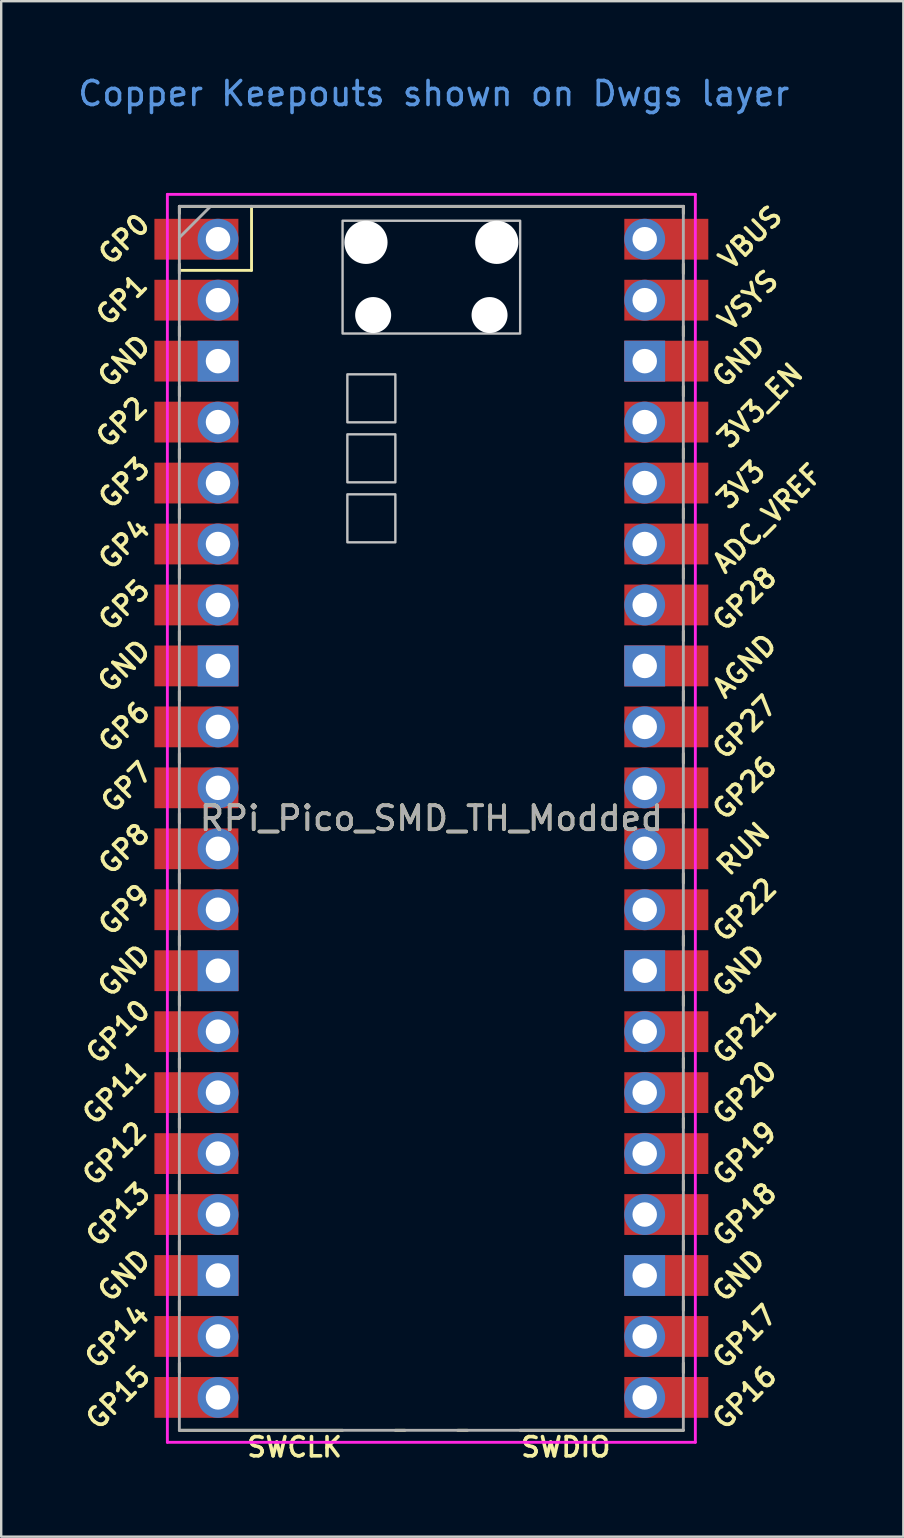
<source format=kicad_pcb>
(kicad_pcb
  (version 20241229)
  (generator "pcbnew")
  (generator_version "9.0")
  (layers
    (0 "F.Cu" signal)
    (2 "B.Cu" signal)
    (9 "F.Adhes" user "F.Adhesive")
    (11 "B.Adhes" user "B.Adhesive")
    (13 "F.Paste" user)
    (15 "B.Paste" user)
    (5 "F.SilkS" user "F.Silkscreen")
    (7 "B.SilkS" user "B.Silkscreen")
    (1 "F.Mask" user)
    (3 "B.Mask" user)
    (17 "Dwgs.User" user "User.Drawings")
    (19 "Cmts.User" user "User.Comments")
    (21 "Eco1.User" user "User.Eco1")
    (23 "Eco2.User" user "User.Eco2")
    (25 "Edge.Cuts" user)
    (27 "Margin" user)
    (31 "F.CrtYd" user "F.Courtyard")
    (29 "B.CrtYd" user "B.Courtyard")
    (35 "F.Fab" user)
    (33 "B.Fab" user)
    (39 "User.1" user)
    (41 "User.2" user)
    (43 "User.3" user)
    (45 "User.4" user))
  (footprint "RPi_Pico_SMD_TH_Modded"
    (layer "F.Cu")
    (at 14.924 31.048)
    (property "Reference" "RPi_Pico_SMD_TH_Modded" (at 0 0 180) (layer "F.SilkS") (effects (font (size 1 1) (thickness 0.15))))
    (attr through_hole)
    (fp_line (start -10.5 -25.5) (end -10.5 -25.2) (stroke (width 0.12) (type solid)) (layer "F.SilkS"))
    (fp_line (start -10.5 -25.5) (end 10.5 -25.5) (stroke (width 0.12) (type solid)) (layer "F.SilkS"))
    (fp_line (start -10.5 -23.1) (end -10.5 -22.7) (stroke (width 0.12) (type solid)) (layer "F.SilkS"))
    (fp_line (start -10.5 -22.833) (end -7.493 -22.833) (stroke (width 0.12) (type solid)) (layer "F.SilkS"))
    (fp_line (start -10.5 -20.5) (end -10.5 -20.1) (stroke (width 0.12) (type solid)) (layer "F.SilkS"))
    (fp_line (start -10.5 -18) (end -10.5 -17.6) (stroke (width 0.12) (type solid)) (layer "F.SilkS"))
    (fp_line (start -10.5 -15.4) (end -10.5 -15) (stroke (width 0.12) (type solid)) (layer "F.SilkS"))
    (fp_line (start -10.5 -12.9) (end -10.5 -12.5) (stroke (width 0.12) (type solid)) (layer "F.SilkS"))
    (fp_line (start -10.5 -10.4) (end -10.5 -10) (stroke (width 0.12) (type solid)) (layer "F.SilkS"))
    (fp_line (start -10.5 -7.8) (end -10.5 -7.4) (stroke (width 0.12) (type solid)) (layer "F.SilkS"))
    (fp_line (start -10.5 -5.3) (end -10.5 -4.9) (stroke (width 0.12) (type solid)) (layer "F.SilkS"))
    (fp_line (start -10.5 -2.7) (end -10.5 -2.3) (stroke (width 0.12) (type solid)) (layer "F.SilkS"))
    (fp_line (start -10.5 -0.2) (end -10.5 0.2) (stroke (width 0.12) (type solid)) (layer "F.SilkS"))
    (fp_line (start -10.5 2.3) (end -10.5 2.7) (stroke (width 0.12) (type solid)) (layer "F.SilkS"))
    (fp_line (start -10.5 4.9) (end -10.5 5.3) (stroke (width 0.12) (type solid)) (layer "F.SilkS"))
    (fp_line (start -10.5 7.4) (end -10.5 7.8) (stroke (width 0.12) (type solid)) (layer "F.SilkS"))
    (fp_line (start -10.5 10) (end -10.5 10.4) (stroke (width 0.12) (type solid)) (layer "F.SilkS"))
    (fp_line (start -10.5 12.5) (end -10.5 12.9) (stroke (width 0.12) (type solid)) (layer "F.SilkS"))
    (fp_line (start -10.5 15.1) (end -10.5 15.5) (stroke (width 0.12) (type solid)) (layer "F.SilkS"))
    (fp_line (start -10.5 17.6) (end -10.5 18) (stroke (width 0.12) (type solid)) (layer "F.SilkS"))
    (fp_line (start -10.5 20.1) (end -10.5 20.5) (stroke (width 0.12) (type solid)) (layer "F.SilkS"))
    (fp_line (start -10.5 22.7) (end -10.5 23.1) (stroke (width 0.12) (type solid)) (layer "F.SilkS"))
    (fp_line (start -7.493 -22.833) (end -7.493 -25.5) (stroke (width 0.12) (type solid)) (layer "F.SilkS"))
    (fp_line (start -3.7 25.5) (end -10.5 25.5) (stroke (width 0.12) (type solid)) (layer "F.SilkS"))
    (fp_line (start -1.5 25.5) (end -1.1 25.5) (stroke (width 0.12) (type solid)) (layer "F.SilkS"))
    (fp_line (start 1.1 25.5) (end 1.5 25.5) (stroke (width 0.12) (type solid)) (layer "F.SilkS"))
    (fp_line (start 10.5 -25.5) (end 10.5 -25.2) (stroke (width 0.12) (type solid)) (layer "F.SilkS"))
    (fp_line (start 10.5 -23.1) (end 10.5 -22.7) (stroke (width 0.12) (type solid)) (layer "F.SilkS"))
    (fp_line (start 10.5 -20.5) (end 10.5 -20.1) (stroke (width 0.12) (type solid)) (layer "F.SilkS"))
    (fp_line (start 10.5 -18) (end 10.5 -17.6) (stroke (width 0.12) (type solid)) (layer "F.SilkS"))
    (fp_line (start 10.5 -15.4) (end 10.5 -15) (stroke (width 0.12) (type solid)) (layer "F.SilkS"))
    (fp_line (start 10.5 -12.9) (end 10.5 -12.5) (stroke (width 0.12) (type solid)) (layer "F.SilkS"))
    (fp_line (start 10.5 -10.4) (end 10.5 -10) (stroke (width 0.12) (type solid)) (layer "F.SilkS"))
    (fp_line (start 10.5 -7.8) (end 10.5 -7.4) (stroke (width 0.12) (type solid)) (layer "F.SilkS"))
    (fp_line (start 10.5 -5.3) (end 10.5 -4.9) (stroke (width 0.12) (type solid)) (layer "F.SilkS"))
    (fp_line (start 10.5 -2.7) (end 10.5 -2.3) (stroke (width 0.12) (type solid)) (layer "F.SilkS"))
    (fp_line (start 10.5 -0.2) (end 10.5 0.2) (stroke (width 0.12) (type solid)) (layer "F.SilkS"))
    (fp_line (start 10.5 2.3) (end 10.5 2.7) (stroke (width 0.12) (type solid)) (layer "F.SilkS"))
    (fp_line (start 10.5 4.9) (end 10.5 5.3) (stroke (width 0.12) (type solid)) (layer "F.SilkS"))
    (fp_line (start 10.5 7.4) (end 10.5 7.8) (stroke (width 0.12) (type solid)) (layer "F.SilkS"))
    (fp_line (start 10.5 10) (end 10.5 10.4) (stroke (width 0.12) (type solid)) (layer "F.SilkS"))
    (fp_line (start 10.5 12.5) (end 10.5 12.9) (stroke (width 0.12) (type solid)) (layer "F.SilkS"))
    (fp_line (start 10.5 15.1) (end 10.5 15.5) (stroke (width 0.12) (type solid)) (layer "F.SilkS"))
    (fp_line (start 10.5 17.6) (end 10.5 18) (stroke (width 0.12) (type solid)) (layer "F.SilkS"))
    (fp_line (start 10.5 20.1) (end 10.5 20.5) (stroke (width 0.12) (type solid)) (layer "F.SilkS"))
    (fp_line (start 10.5 22.7) (end 10.5 23.1) (stroke (width 0.12) (type solid)) (layer "F.SilkS"))
    (fp_line (start 10.5 25.5) (end 3.7 25.5) (stroke (width 0.12) (type solid)) (layer "F.SilkS"))
    (fp_poly (pts (xy -1.5 -16.5) (xy -3.5 -16.5) (xy -3.5 -18.5) (xy -1.5 -18.5)) (stroke (width 0.1) (type solid)) (fill no) (layer "Dwgs.User"))
    (fp_poly (pts (xy -1.5 -14) (xy -3.5 -14) (xy -3.5 -16) (xy -1.5 -16)) (stroke (width 0.1) (type solid)) (fill no) (layer "Dwgs.User"))
    (fp_poly (pts (xy -1.5 -11.5) (xy -3.5 -11.5) (xy -3.5 -13.5) (xy -1.5 -13.5)) (stroke (width 0.1) (type solid)) (fill no) (layer "Dwgs.User"))
    (fp_poly (pts (xy 3.7 -20.2) (xy -3.7 -20.2) (xy -3.7 -24.9) (xy 3.7 -24.9)) (stroke (width 0.1) (type solid)) (fill no) (layer "Dwgs.User"))
    (fp_line (start -11 -26) (end 11 -26) (stroke (width 0.12) (type solid)) (layer "F.CrtYd"))
    (fp_line (start -11 26) (end -11 -26) (stroke (width 0.12) (type solid)) (layer "F.CrtYd"))
    (fp_line (start 11 -26) (end 11 26) (stroke (width 0.12) (type solid)) (layer "F.CrtYd"))
    (fp_line (start 11 26) (end -11 26) (stroke (width 0.12) (type solid)) (layer "F.CrtYd"))
    (fp_line (start -10.5 -25.5) (end 10.5 -25.5) (stroke (width 0.12) (type solid)) (layer "F.Fab"))
    (fp_line (start -10.5 -24.2) (end -9.2 -25.5) (stroke (width 0.12) (type solid)) (layer "F.Fab"))
    (fp_line (start -10.5 25.5) (end -10.5 -25.5) (stroke (width 0.12) (type solid)) (layer "F.Fab"))
    (fp_line (start 10.5 -25.5) (end 10.5 25.5) (stroke (width 0.12) (type solid)) (layer "F.Fab"))
    (fp_line (start 10.5 25.5) (end -10.5 25.5) (stroke (width 0.12) (type solid)) (layer "F.Fab"))
    (fp_text user "SWCLK" (at -5.7 26.2 180) (layer "F.SilkS") (effects (font (size 0.8 0.8) (thickness 0.15))))
    (fp_text user "ADC_VREF" (at 14 -12.5 225) (layer "F.SilkS") (effects (font (size 0.8 0.8) (thickness 0.15))))
    (fp_text user "GND" (at -12.8 19.05 225) (layer "F.SilkS") (effects (font (size 0.8 0.8) (thickness 0.15))))
    (fp_text user "GP17" (at 13.054 21.59 225) (layer "F.SilkS") (effects (font (size 0.8 0.8) (thickness 0.15))))
    (fp_text user "GP14" (at -13.1 21.59 225) (layer "F.SilkS") (effects (font (size 0.8 0.8) (thickness 0.15))))
    (fp_text user "GP15" (at -13.054 24.13 225) (layer "F.SilkS") (effects (font (size 0.8 0.8) (thickness 0.15))))
    (fp_text user "GP0" (at -12.8 -24.13 225) (layer "F.SilkS") (effects (font (size 0.8 0.8) (thickness 0.15))))
    (fp_text user "GP27" (at 13.054 -3.8 225) (layer "F.SilkS") (effects (font (size 0.8 0.8) (thickness 0.15))))
    (fp_text user "GP21" (at 13.054 8.9 225) (layer "F.SilkS") (effects (font (size 0.8 0.8) (thickness 0.15))))
    (fp_text user "GP11" (at -13.2 11.43 225) (layer "F.SilkS") (effects (font (size 0.8 0.8) (thickness 0.15))))
    (fp_text user "SWDIO" (at 5.6 26.2 180) (layer "F.SilkS") (effects (font (size 0.8 0.8) (thickness 0.15))))
    (fp_text user "GND" (at 12.8 -19.05 225) (layer "F.SilkS") (effects (font (size 0.8 0.8) (thickness 0.15))))
    (fp_text user "GP5" (at -12.8 -8.89 225) (layer "F.SilkS") (effects (font (size 0.8 0.8) (thickness 0.15))))
    (fp_text user "GP2" (at -12.9 -16.51 225) (layer "F.SilkS") (effects (font (size 0.8 0.8) (thickness 0.15))))
    (fp_text user "GP18" (at 13.054 16.51 225) (layer "F.SilkS") (effects (font (size 0.8 0.8) (thickness 0.15))))
    (fp_text user "GP6" (at -12.8 -3.81 225) (layer "F.SilkS") (effects (font (size 0.8 0.8) (thickness 0.15))))
    (fp_text user "GP7" (at -12.7 -1.3 225) (layer "F.SilkS") (effects (font (size 0.8 0.8) (thickness 0.15))))
    (fp_text user "GP9" (at -12.8 3.81 225) (layer "F.SilkS") (effects (font (size 0.8 0.8) (thickness 0.15))))
    (fp_text user "GND" (at -12.8 -19.05 225) (layer "F.SilkS") (effects (font (size 0.8 0.8) (thickness 0.15))))
    (fp_text user "GP22" (at 13.054 3.81 225) (layer "F.SilkS") (effects (font (size 0.8 0.8) (thickness 0.15))))
    (fp_text user "GND" (at 12.8 6.35 225) (layer "F.SilkS") (effects (font (size 0.8 0.8) (thickness 0.15))))
    (fp_text user "GP1" (at -12.9 -21.6 225) (layer "F.SilkS") (effects (font (size 0.8 0.8) (thickness 0.15))))
    (fp_text user "AGND" (at 13.054 -6.35 225) (layer "F.SilkS") (effects (font (size 0.8 0.8) (thickness 0.15))))
    (fp_text user "GP13" (at -13.054 16.51 225) (layer "F.SilkS") (effects (font (size 0.8 0.8) (thickness 0.15))))
    (fp_text user "GP3" (at -12.8 -13.97 225) (layer "F.SilkS") (effects (font (size 0.8 0.8) (thickness 0.15))))
    (fp_text user "GP8" (at -12.8 1.27 225) (layer "F.SilkS") (effects (font (size 0.8 0.8) (thickness 0.15))))
    (fp_text user "3V3_EN" (at 13.7 -17.2 225) (layer "F.SilkS") (effects (font (size 0.8 0.8) (thickness 0.15))))
    (fp_text user "GND" (at 12.8 19.05 225) (layer "F.SilkS") (effects (font (size 0.8 0.8) (thickness 0.15))))
    (fp_text user "GP26" (at 13.054 -1.27 225) (layer "F.SilkS") (effects (font (size 0.8 0.8) (thickness 0.15))))
    (fp_text user "GND" (at -12.8 -6.35 225) (layer "F.SilkS") (effects (font (size 0.8 0.8) (thickness 0.15))))
    (fp_text user "GP16" (at 13.054 24.13 225) (layer "F.SilkS") (effects (font (size 0.8 0.8) (thickness 0.15))))
    (fp_text user "GP12" (at -13.2 13.97 225) (layer "F.SilkS") (effects (font (size 0.8 0.8) (thickness 0.15))))
    (fp_text user "GP4" (at -12.8 -11.43 225) (layer "F.SilkS") (effects (font (size 0.8 0.8) (thickness 0.15))))
    (fp_text user "GP19" (at 13.054 13.97 225) (layer "F.SilkS") (effects (font (size 0.8 0.8) (thickness 0.15))))
    (fp_text user "3V3" (at 12.9 -13.9 225) (layer "F.SilkS") (effects (font (size 0.8 0.8) (thickness 0.15))))
    (fp_text user "GND" (at -12.8 6.35 225) (layer "F.SilkS") (effects (font (size 0.8 0.8) (thickness 0.15))))
    (fp_text user "GP10" (at -13.054 8.89 225) (layer "F.SilkS") (effects (font (size 0.8 0.8) (thickness 0.15))))
    (fp_text user "GP28" (at 13.054 -9.144 225) (layer "F.SilkS") (effects (font (size 0.8 0.8) (thickness 0.15))))
    (fp_text user "RUN" (at 13 1.27 225) (layer "F.SilkS") (effects (font (size 0.8 0.8) (thickness 0.15))))
    (fp_text user "GP20" (at 13.054 11.43 225) (layer "F.SilkS") (effects (font (size 0.8 0.8) (thickness 0.15))))
    (fp_text user "VSYS" (at 13.2 -21.59 225) (layer "F.SilkS") (effects (font (size 0.8 0.8) (thickness 0.15))))
    (fp_text user "VBUS" (at 13.3 -24.2 225) (layer "F.SilkS") (effects (font (size 0.8 0.8) (thickness 0.15))))
    (fp_text user "Copper Keepouts shown on Dwgs layer" (at 0.1 -30.2 180) (layer "Cmts.User") (effects (font (size 1 1) (thickness 0.15))))
    (fp_text user "${REFERENCE}" (at 0 0 180) (layer "F.Fab") (effects (font (size 1 1) (thickness 0.15))))
    (pad "" np_thru_hole oval (at -2.725 -24) (size 1.8 1.8) (drill 1.8) (layers "*.Cu" "*.Mask"))
    (pad "" np_thru_hole oval (at -2.425 -20.97) (size 1.5 1.5) (drill 1.5) (layers "*.Cu" "*.Mask"))
    (pad "" np_thru_hole oval (at 2.425 -20.97) (size 1.5 1.5) (drill 1.5) (layers "*.Cu" "*.Mask"))
    (pad "" np_thru_hole oval (at 2.725 -24) (size 1.8 1.8) (drill 1.8) (layers "*.Cu" "*.Mask"))
    (pad "1" thru_hole oval (at -8.89 -24.13) (size 1.7 1.7) (drill 1.02) (layers "*.Cu" "*.Mask"))
    (pad "1" smd rect (at -8.89 -24.13) (size 3.5 1.7) (drill (offset -0.9 0)) (layers "F.Cu" "F.Mask"))
    (pad "2" thru_hole oval (at -8.89 -21.59) (size 1.7 1.7) (drill 1.02) (layers "*.Cu" "*.Mask"))
    (pad "2" smd rect (at -8.89 -21.59) (size 3.5 1.7) (drill (offset -0.9 0)) (layers "F.Cu" "F.Mask"))
    (pad "3" thru_hole rect (at -8.89 -19.05) (size 1.7 1.7) (drill 1.02) (layers "*.Cu" "*.Mask"))
    (pad "3" smd rect (at -8.89 -19.05) (size 3.5 1.7) (drill (offset -0.9 0)) (layers "F.Cu" "F.Mask"))
    (pad "4" thru_hole oval (at -8.89 -16.51) (size 1.7 1.7) (drill 1.02) (layers "*.Cu" "*.Mask"))
    (pad "4" smd rect (at -8.89 -16.51) (size 3.5 1.7) (drill (offset -0.9 0)) (layers "F.Cu" "F.Mask"))
    (pad "5" thru_hole oval (at -8.89 -13.97) (size 1.7 1.7) (drill 1.02) (layers "*.Cu" "*.Mask"))
    (pad "5" smd rect (at -8.89 -13.97) (size 3.5 1.7) (drill (offset -0.9 0)) (layers "F.Cu" "F.Mask"))
    (pad "6" thru_hole oval (at -8.89 -11.43) (size 1.7 1.7) (drill 1.02) (layers "*.Cu" "*.Mask"))
    (pad "6" smd rect (at -8.89 -11.43) (size 3.5 1.7) (drill (offset -0.9 0)) (layers "F.Cu" "F.Mask"))
    (pad "7" thru_hole oval (at -8.89 -8.89) (size 1.7 1.7) (drill 1.02) (layers "*.Cu" "*.Mask"))
    (pad "7" smd rect (at -8.89 -8.89) (size 3.5 1.7) (drill (offset -0.9 0)) (layers "F.Cu" "F.Mask"))
    (pad "8" thru_hole rect (at -8.89 -6.35) (size 1.7 1.7) (drill 1.02) (layers "*.Cu" "*.Mask"))
    (pad "8" smd rect (at -8.89 -6.35) (size 3.5 1.7) (drill (offset -0.9 0)) (layers "F.Cu" "F.Mask"))
    (pad "9" thru_hole oval (at -8.89 -3.81) (size 1.7 1.7) (drill 1.02) (layers "*.Cu" "*.Mask"))
    (pad "9" smd rect (at -8.89 -3.81) (size 3.5 1.7) (drill (offset -0.9 0)) (layers "F.Cu" "F.Mask"))
    (pad "10" thru_hole oval (at -8.89 -1.27) (size 1.7 1.7) (drill 1.02) (layers "*.Cu" "*.Mask"))
    (pad "10" smd rect (at -8.89 -1.27) (size 3.5 1.7) (drill (offset -0.9 0)) (layers "F.Cu" "F.Mask"))
    (pad "11" thru_hole oval (at -8.89 1.27) (size 1.7 1.7) (drill 1.02) (layers "*.Cu" "*.Mask"))
    (pad "11" smd rect (at -8.89 1.27) (size 3.5 1.7) (drill (offset -0.9 0)) (layers "F.Cu" "F.Mask"))
    (pad "12" thru_hole oval (at -8.89 3.81) (size 1.7 1.7) (drill 1.02) (layers "*.Cu" "*.Mask"))
    (pad "12" smd rect (at -8.89 3.81) (size 3.5 1.7) (drill (offset -0.9 0)) (layers "F.Cu" "F.Mask"))
    (pad "13" thru_hole rect (at -8.89 6.35) (size 1.7 1.7) (drill 1.02) (layers "*.Cu" "*.Mask"))
    (pad "13" smd rect (at -8.89 6.35) (size 3.5 1.7) (drill (offset -0.9 0)) (layers "F.Cu" "F.Mask"))
    (pad "14" thru_hole oval (at -8.89 8.89) (size 1.7 1.7) (drill 1.02) (layers "*.Cu" "*.Mask"))
    (pad "14" smd rect (at -8.89 8.89) (size 3.5 1.7) (drill (offset -0.9 0)) (layers "F.Cu" "F.Mask"))
    (pad "15" thru_hole oval (at -8.89 11.43) (size 1.7 1.7) (drill 1.02) (layers "*.Cu" "*.Mask"))
    (pad "15" smd rect (at -8.89 11.43) (size 3.5 1.7) (drill (offset -0.9 0)) (layers "F.Cu" "F.Mask"))
    (pad "16" thru_hole oval (at -8.89 13.97) (size 1.7 1.7) (drill 1.02) (layers "*.Cu" "*.Mask"))
    (pad "16" smd rect (at -8.89 13.97) (size 3.5 1.7) (drill (offset -0.9 0)) (layers "F.Cu" "F.Mask"))
    (pad "17" thru_hole oval (at -8.89 16.51) (size 1.7 1.7) (drill 1.02) (layers "*.Cu" "*.Mask"))
    (pad "17" smd rect (at -8.89 16.51) (size 3.5 1.7) (drill (offset -0.9 0)) (layers "F.Cu" "F.Mask"))
    (pad "18" thru_hole rect (at -8.89 19.05) (size 1.7 1.7) (drill 1.02) (layers "*.Cu" "*.Mask"))
    (pad "18" smd rect (at -8.89 19.05) (size 3.5 1.7) (drill (offset -0.9 0)) (layers "F.Cu" "F.Mask"))
    (pad "19" thru_hole oval (at -8.89 21.59) (size 1.7 1.7) (drill 1.02) (layers "*.Cu" "*.Mask"))
    (pad "19" smd rect (at -8.89 21.59) (size 3.5 1.7) (drill (offset -0.9 0)) (layers "F.Cu" "F.Mask"))
    (pad "20" thru_hole oval (at -8.89 24.13) (size 1.7 1.7) (drill 1.02) (layers "*.Cu" "*.Mask"))
    (pad "20" smd rect (at -8.89 24.13) (size 3.5 1.7) (drill (offset -0.9 0)) (layers "F.Cu" "F.Mask"))
    (pad "21" thru_hole oval (at 8.89 24.13) (size 1.7 1.7) (drill 1.02) (layers "*.Cu" "*.Mask"))
    (pad "21" smd rect (at 8.89 24.13) (size 3.5 1.7) (drill (offset 0.9 0)) (layers "F.Cu" "F.Mask"))
    (pad "22" thru_hole oval (at 8.89 21.59) (size 1.7 1.7) (drill 1.02) (layers "*.Cu" "*.Mask"))
    (pad "22" smd rect (at 8.89 21.59) (size 3.5 1.7) (drill (offset 0.9 0)) (layers "F.Cu" "F.Mask"))
    (pad "23" thru_hole rect (at 8.89 19.05) (size 1.7 1.7) (drill 1.02) (layers "*.Cu" "*.Mask"))
    (pad "23" smd rect (at 8.89 19.05) (size 3.5 1.7) (drill (offset 0.9 0)) (layers "F.Cu" "F.Mask"))
    (pad "24" thru_hole oval (at 8.89 16.51) (size 1.7 1.7) (drill 1.02) (layers "*.Cu" "*.Mask"))
    (pad "24" smd rect (at 8.89 16.51) (size 3.5 1.7) (drill (offset 0.9 0)) (layers "F.Cu" "F.Mask"))
    (pad "25" thru_hole oval (at 8.89 13.97) (size 1.7 1.7) (drill 1.02) (layers "*.Cu" "*.Mask"))
    (pad "25" smd rect (at 8.89 13.97) (size 3.5 1.7) (drill (offset 0.9 0)) (layers "F.Cu" "F.Mask"))
    (pad "26" thru_hole oval (at 8.89 11.43) (size 1.7 1.7) (drill 1.02) (layers "*.Cu" "*.Mask"))
    (pad "26" smd rect (at 8.89 11.43) (size 3.5 1.7) (drill (offset 0.9 0)) (layers "F.Cu" "F.Mask"))
    (pad "27" thru_hole oval (at 8.89 8.89) (size 1.7 1.7) (drill 1.02) (layers "*.Cu" "*.Mask"))
    (pad "27" smd rect (at 8.89 8.89) (size 3.5 1.7) (drill (offset 0.9 0)) (layers "F.Cu" "F.Mask"))
    (pad "28" thru_hole rect (at 8.89 6.35) (size 1.7 1.7) (drill 1.02) (layers "*.Cu" "*.Mask"))
    (pad "28" smd rect (at 8.89 6.35) (size 3.5 1.7) (drill (offset 0.9 0)) (layers "F.Cu" "F.Mask"))
    (pad "29" thru_hole oval (at 8.89 3.81) (size 1.7 1.7) (drill 1.02) (layers "*.Cu" "*.Mask"))
    (pad "29" smd rect (at 8.89 3.81) (size 3.5 1.7) (drill (offset 0.9 0)) (layers "F.Cu" "F.Mask"))
    (pad "30" thru_hole oval (at 8.89 1.27) (size 1.7 1.7) (drill 1.02) (layers "*.Cu" "*.Mask"))
    (pad "30" smd rect (at 8.89 1.27) (size 3.5 1.7) (drill (offset 0.9 0)) (layers "F.Cu" "F.Mask"))
    (pad "31" thru_hole oval (at 8.89 -1.27) (size 1.7 1.7) (drill 1.02) (layers "*.Cu" "*.Mask"))
    (pad "31" smd rect (at 8.89 -1.27) (size 3.5 1.7) (drill (offset 0.9 0)) (layers "F.Cu" "F.Mask"))
    (pad "32" thru_hole oval (at 8.89 -3.81) (size 1.7 1.7) (drill 1.02) (layers "*.Cu" "*.Mask"))
    (pad "32" smd rect (at 8.89 -3.81) (size 3.5 1.7) (drill (offset 0.9 0)) (layers "F.Cu" "F.Mask"))
    (pad "33" thru_hole rect (at 8.89 -6.35) (size 1.7 1.7) (drill 1.02) (layers "*.Cu" "*.Mask"))
    (pad "33" smd rect (at 8.89 -6.35) (size 3.5 1.7) (drill (offset 0.9 0)) (layers "F.Cu" "F.Mask"))
    (pad "34" thru_hole oval (at 8.89 -8.89) (size 1.7 1.7) (drill 1.02) (layers "*.Cu" "*.Mask"))
    (pad "34" smd rect (at 8.89 -8.89) (size 3.5 1.7) (drill (offset 0.9 0)) (layers "F.Cu" "F.Mask"))
    (pad "35" thru_hole oval (at 8.89 -11.43) (size 1.7 1.7) (drill 1.02) (layers "*.Cu" "*.Mask"))
    (pad "35" smd rect (at 8.89 -11.43) (size 3.5 1.7) (drill (offset 0.9 0)) (layers "F.Cu" "F.Mask"))
    (pad "36" thru_hole oval (at 8.89 -13.97) (size 1.7 1.7) (drill 1.02) (layers "*.Cu" "*.Mask"))
    (pad "36" smd rect (at 8.89 -13.97) (size 3.5 1.7) (drill (offset 0.9 0)) (layers "F.Cu" "F.Mask"))
    (pad "37" thru_hole oval (at 8.89 -16.51) (size 1.7 1.7) (drill 1.02) (layers "*.Cu" "*.Mask"))
    (pad "37" smd rect (at 8.89 -16.51) (size 3.5 1.7) (drill (offset 0.9 0)) (layers "F.Cu" "F.Mask"))
    (pad "38" thru_hole rect (at 8.89 -19.05) (size 1.7 1.7) (drill 1.02) (layers "*.Cu" "*.Mask"))
    (pad "38" smd rect (at 8.89 -19.05) (size 3.5 1.7) (drill (offset 0.9 0)) (layers "F.Cu" "F.Mask"))
    (pad "39" thru_hole oval (at 8.89 -21.59) (size 1.7 1.7) (drill 1.02) (layers "*.Cu" "*.Mask"))
    (pad "39" smd rect (at 8.89 -21.59) (size 3.5 1.7) (drill (offset 0.9 0)) (layers "F.Cu" "F.Mask"))
    (pad "40" thru_hole oval (at 8.89 -24.13) (size 1.7 1.7) (drill 1.02) (layers "*.Cu" "*.Mask"))
    (pad "40" smd rect (at 8.89 -24.13) (size 3.5 1.7) (drill (offset 0.9 0)) (layers "F.Cu" "F.Mask")))
  (gr_rect
    (start -3 -3)
    (end 34.591 60.98)
    (stroke (width 0.1) (type default))
    (fill no)
    (layer "Edge.Cuts")))
</source>
